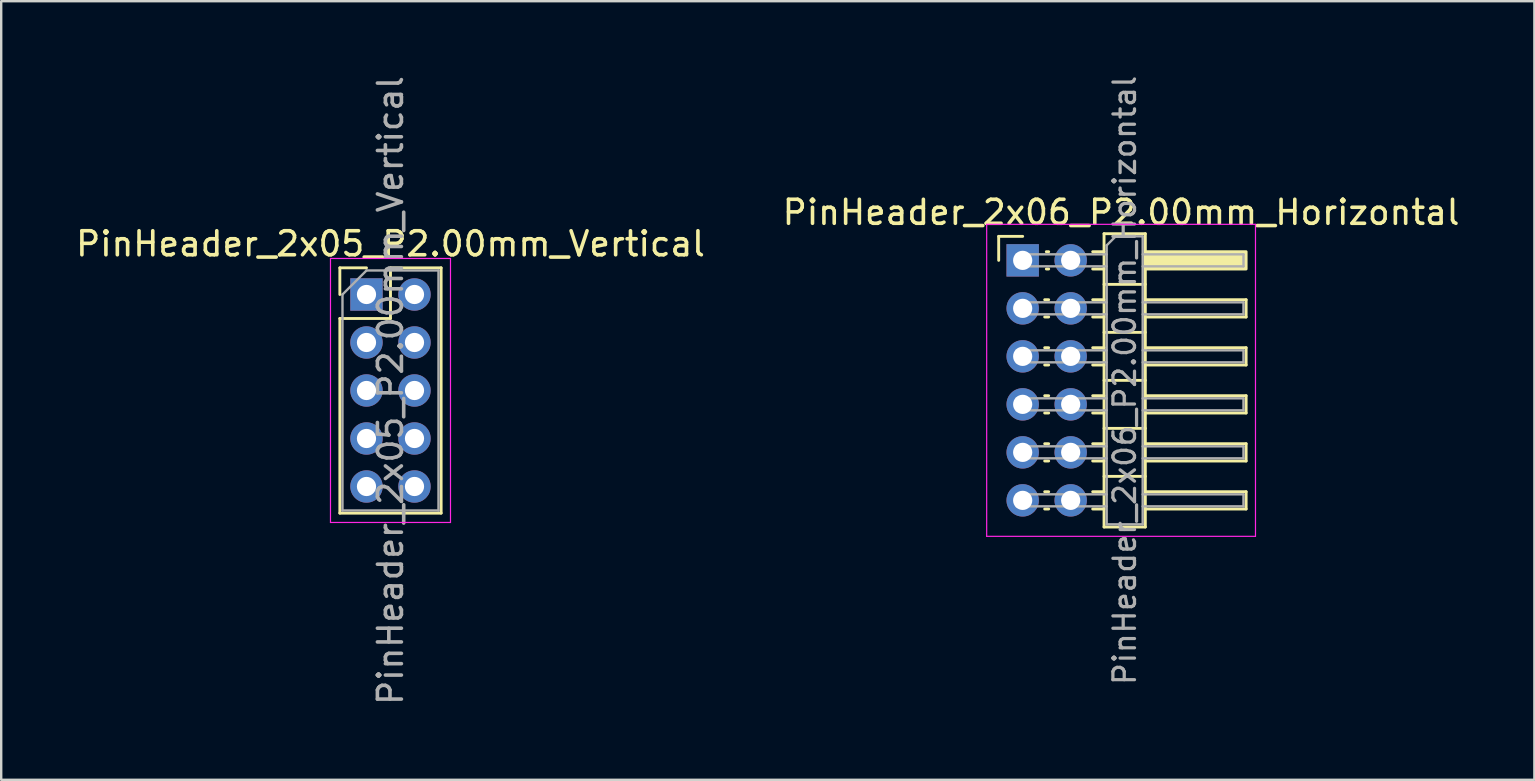
<source format=kicad_pcb>
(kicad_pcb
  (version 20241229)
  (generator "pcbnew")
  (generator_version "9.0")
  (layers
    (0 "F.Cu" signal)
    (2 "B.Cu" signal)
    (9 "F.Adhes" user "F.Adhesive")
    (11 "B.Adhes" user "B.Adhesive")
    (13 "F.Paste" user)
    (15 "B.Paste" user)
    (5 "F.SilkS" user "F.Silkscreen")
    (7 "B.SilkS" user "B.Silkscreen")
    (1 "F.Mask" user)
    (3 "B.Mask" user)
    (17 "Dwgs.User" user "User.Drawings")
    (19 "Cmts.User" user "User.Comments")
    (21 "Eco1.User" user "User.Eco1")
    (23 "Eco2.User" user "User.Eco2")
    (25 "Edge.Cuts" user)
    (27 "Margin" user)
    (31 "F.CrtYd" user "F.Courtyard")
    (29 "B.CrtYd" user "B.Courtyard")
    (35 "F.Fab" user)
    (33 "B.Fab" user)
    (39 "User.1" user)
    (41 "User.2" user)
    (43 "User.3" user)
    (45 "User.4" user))
  (footprint "PinHeader_2x05_P2.00mm_Vertical"
    (layer "F.Cu")
    (at 12.22 9.22)
    (property "Reference" "PinHeader_2x05_P2.00mm_Vertical" (at 1 -2.11 0) (layer "F.SilkS") (effects (font (size 1 1) (thickness 0.15))))
    (attr through_hole)
    (fp_line (start -1.11 -1.11) (end 0 -1.11) (stroke (width 0.12) (type solid)) (layer "F.SilkS"))
    (fp_line (start -1.11 0) (end -1.11 -1.11) (stroke (width 0.12) (type solid)) (layer "F.SilkS"))
    (fp_line (start -1.11 1) (end -1.11 9.11) (stroke (width 0.12) (type solid)) (layer "F.SilkS"))
    (fp_line (start -1.11 1) (end 1 1) (stroke (width 0.12) (type solid)) (layer "F.SilkS"))
    (fp_line (start -1.11 9.11) (end 3.11 9.11) (stroke (width 0.12) (type solid)) (layer "F.SilkS"))
    (fp_line (start 1 -1.11) (end 3.11 -1.11) (stroke (width 0.12) (type solid)) (layer "F.SilkS"))
    (fp_line (start 1 1) (end 1 -1.11) (stroke (width 0.12) (type solid)) (layer "F.SilkS"))
    (fp_line (start 3.11 -1.11) (end 3.11 9.11) (stroke (width 0.12) (type solid)) (layer "F.SilkS"))
    (fp_line (start -1.5 -1.5) (end -1.5 9.5) (stroke (width 0.05) (type solid)) (layer "F.CrtYd"))
    (fp_line (start -1.5 9.5) (end 3.5 9.5) (stroke (width 0.05) (type solid)) (layer "F.CrtYd"))
    (fp_line (start 3.5 -1.5) (end -1.5 -1.5) (stroke (width 0.05) (type solid)) (layer "F.CrtYd"))
    (fp_line (start 3.5 9.5) (end 3.5 -1.5) (stroke (width 0.05) (type solid)) (layer "F.CrtYd"))
    (fp_line (start -1 0) (end 0 -1) (stroke (width 0.1) (type solid)) (layer "F.Fab"))
    (fp_line (start -1 9) (end -1 0) (stroke (width 0.1) (type solid)) (layer "F.Fab"))
    (fp_line (start 0 -1) (end 3 -1) (stroke (width 0.1) (type solid)) (layer "F.Fab"))
    (fp_line (start 3 -1) (end 3 9) (stroke (width 0.1) (type solid)) (layer "F.Fab"))
    (fp_line (start 3 9) (end -1 9) (stroke (width 0.1) (type solid)) (layer "F.Fab"))
    (fp_text user "${REFERENCE}" (at 1 4 90) (layer "F.Fab") (effects (font (size 1 1) (thickness 0.15))))
    (pad "1" thru_hole rect (at 0 0) (size 1.35 1.35) (drill 0.8) (layers "*.Cu" "*.Mask"))
    (pad "2" thru_hole circle (at 2 0) (size 1.35 1.35) (drill 0.8) (layers "*.Cu" "*.Mask"))
    (pad "3" thru_hole circle (at 0 2) (size 1.35 1.35) (drill 0.8) (layers "*.Cu" "*.Mask"))
    (pad "4" thru_hole circle (at 2 2) (size 1.35 1.35) (drill 0.8) (layers "*.Cu" "*.Mask"))
    (pad "5" thru_hole circle (at 0 4) (size 1.35 1.35) (drill 0.8) (layers "*.Cu" "*.Mask"))
    (pad "6" thru_hole circle (at 2 4) (size 1.35 1.35) (drill 0.8) (layers "*.Cu" "*.Mask"))
    (pad "7" thru_hole circle (at 0 6) (size 1.35 1.35) (drill 0.8) (layers "*.Cu" "*.Mask"))
    (pad "8" thru_hole circle (at 2 6) (size 1.35 1.35) (drill 0.8) (layers "*.Cu" "*.Mask"))
    (pad "9" thru_hole circle (at 0 8) (size 1.35 1.35) (drill 0.8) (layers "*.Cu" "*.Mask"))
    (pad "10" thru_hole circle (at 2 8) (size 1.35 1.35) (drill 0.8) (layers "*.Cu" "*.Mask")))
  (footprint "PinHeader_2x06_P2.00mm_Horizontal"
    (layer "F.Cu")
    (at 39.561 7.798)
    (property "Reference" "PinHeader_2x06_P2.00mm_Horizontal" (at 4.1 -2 0) (layer "F.SilkS") (effects (font (size 1 1) (thickness 0.15))))
    (attr through_hole)
    (fp_line (start -1 -1) (end 0 -1) (stroke (width 0.12) (type solid)) (layer "F.SilkS"))
    (fp_line (start -1 0) (end -1 -1) (stroke (width 0.12) (type solid)) (layer "F.SilkS"))
    (fp_line (start 0.917 1.64) (end 1.083 1.64) (stroke (width 0.12) (type solid)) (layer "F.SilkS"))
    (fp_line (start 0.917 2.36) (end 1.083 2.36) (stroke (width 0.12) (type solid)) (layer "F.SilkS"))
    (fp_line (start 0.917 3.64) (end 1.083 3.64) (stroke (width 0.12) (type solid)) (layer "F.SilkS"))
    (fp_line (start 0.917 4.36) (end 1.083 4.36) (stroke (width 0.12) (type solid)) (layer "F.SilkS"))
    (fp_line (start 0.917 5.64) (end 1.083 5.64) (stroke (width 0.12) (type solid)) (layer "F.SilkS"))
    (fp_line (start 0.917 6.36) (end 1.083 6.36) (stroke (width 0.12) (type solid)) (layer "F.SilkS"))
    (fp_line (start 0.917 7.64) (end 1.083 7.64) (stroke (width 0.12) (type solid)) (layer "F.SilkS"))
    (fp_line (start 0.917 8.36) (end 1.083 8.36) (stroke (width 0.12) (type solid)) (layer "F.SilkS"))
    (fp_line (start 0.917 9.64) (end 1.083 9.64) (stroke (width 0.12) (type solid)) (layer "F.SilkS"))
    (fp_line (start 0.917 10.36) (end 1.083 10.36) (stroke (width 0.12) (type solid)) (layer "F.SilkS"))
    (fp_line (start 0.985 -0.36) (end 1.083 -0.36) (stroke (width 0.12) (type solid)) (layer "F.SilkS"))
    (fp_line (start 0.985 0.36) (end 1.083 0.36) (stroke (width 0.12) (type solid)) (layer "F.SilkS"))
    (fp_line (start 2.917 -0.36) (end 3.39 -0.36) (stroke (width 0.12) (type solid)) (layer "F.SilkS"))
    (fp_line (start 2.917 0.36) (end 3.39 0.36) (stroke (width 0.12) (type solid)) (layer "F.SilkS"))
    (fp_line (start 2.917 1.64) (end 3.39 1.64) (stroke (width 0.12) (type solid)) (layer "F.SilkS"))
    (fp_line (start 2.917 2.36) (end 3.39 2.36) (stroke (width 0.12) (type solid)) (layer "F.SilkS"))
    (fp_line (start 2.917 3.64) (end 3.39 3.64) (stroke (width 0.12) (type solid)) (layer "F.SilkS"))
    (fp_line (start 2.917 4.36) (end 3.39 4.36) (stroke (width 0.12) (type solid)) (layer "F.SilkS"))
    (fp_line (start 2.917 5.64) (end 3.39 5.64) (stroke (width 0.12) (type solid)) (layer "F.SilkS"))
    (fp_line (start 2.917 6.36) (end 3.39 6.36) (stroke (width 0.12) (type solid)) (layer "F.SilkS"))
    (fp_line (start 2.917 7.64) (end 3.39 7.64) (stroke (width 0.12) (type solid)) (layer "F.SilkS"))
    (fp_line (start 2.917 8.36) (end 3.39 8.36) (stroke (width 0.12) (type solid)) (layer "F.SilkS"))
    (fp_line (start 2.917 9.64) (end 3.39 9.64) (stroke (width 0.12) (type solid)) (layer "F.SilkS"))
    (fp_line (start 2.917 10.36) (end 3.39 10.36) (stroke (width 0.12) (type solid)) (layer "F.SilkS"))
    (fp_line (start 3.39 -1.11) (end 3.39 11.11) (stroke (width 0.12) (type solid)) (layer "F.SilkS"))
    (fp_line (start 3.39 1) (end 5.11 1) (stroke (width 0.12) (type solid)) (layer "F.SilkS"))
    (fp_line (start 3.39 3) (end 5.11 3) (stroke (width 0.12) (type solid)) (layer "F.SilkS"))
    (fp_line (start 3.39 5) (end 5.11 5) (stroke (width 0.12) (type solid)) (layer "F.SilkS"))
    (fp_line (start 3.39 7) (end 5.11 7) (stroke (width 0.12) (type solid)) (layer "F.SilkS"))
    (fp_line (start 3.39 9) (end 5.11 9) (stroke (width 0.12) (type solid)) (layer "F.SilkS"))
    (fp_line (start 3.39 11.11) (end 5.11 11.11) (stroke (width 0.12) (type solid)) (layer "F.SilkS"))
    (fp_line (start 5.11 -1.11) (end 3.39 -1.11) (stroke (width 0.12) (type solid)) (layer "F.SilkS"))
    (fp_line (start 5.11 1.64) (end 9.31 1.64) (stroke (width 0.12) (type solid)) (layer "F.SilkS"))
    (fp_line (start 5.11 3.64) (end 9.31 3.64) (stroke (width 0.12) (type solid)) (layer "F.SilkS"))
    (fp_line (start 5.11 5.64) (end 9.31 5.64) (stroke (width 0.12) (type solid)) (layer "F.SilkS"))
    (fp_line (start 5.11 7.64) (end 9.31 7.64) (stroke (width 0.12) (type solid)) (layer "F.SilkS"))
    (fp_line (start 5.11 9.64) (end 9.31 9.64) (stroke (width 0.12) (type solid)) (layer "F.SilkS"))
    (fp_line (start 5.11 11.11) (end 5.11 -1.11) (stroke (width 0.12) (type solid)) (layer "F.SilkS"))
    (fp_line (start 9.31 1.64) (end 9.31 2.36) (stroke (width 0.12) (type solid)) (layer "F.SilkS"))
    (fp_line (start 9.31 2.36) (end 5.11 2.36) (stroke (width 0.12) (type solid)) (layer "F.SilkS"))
    (fp_line (start 9.31 3.64) (end 9.31 4.36) (stroke (width 0.12) (type solid)) (layer "F.SilkS"))
    (fp_line (start 9.31 4.36) (end 5.11 4.36) (stroke (width 0.12) (type solid)) (layer "F.SilkS"))
    (fp_line (start 9.31 5.64) (end 9.31 6.36) (stroke (width 0.12) (type solid)) (layer "F.SilkS"))
    (fp_line (start 9.31 6.36) (end 5.11 6.36) (stroke (width 0.12) (type solid)) (layer "F.SilkS"))
    (fp_line (start 9.31 7.64) (end 9.31 8.36) (stroke (width 0.12) (type solid)) (layer "F.SilkS"))
    (fp_line (start 9.31 8.36) (end 5.11 8.36) (stroke (width 0.12) (type solid)) (layer "F.SilkS"))
    (fp_line (start 9.31 9.64) (end 9.31 10.36) (stroke (width 0.12) (type solid)) (layer "F.SilkS"))
    (fp_line (start 9.31 10.36) (end 5.11 10.36) (stroke (width 0.12) (type solid)) (layer "F.SilkS"))
    (fp_rect (start 5.11 -0.36) (end 9.31 0.36) (stroke (width 0.12) (type solid)) (fill yes) (layer "F.SilkS"))
    (fp_line (start -1.5 -1.5) (end -1.5 11.5) (stroke (width 0.05) (type solid)) (layer "F.CrtYd"))
    (fp_line (start -1.5 11.5) (end 9.7 11.5) (stroke (width 0.05) (type solid)) (layer "F.CrtYd"))
    (fp_line (start 9.7 -1.5) (end -1.5 -1.5) (stroke (width 0.05) (type solid)) (layer "F.CrtYd"))
    (fp_line (start 9.7 11.5) (end 9.7 -1.5) (stroke (width 0.05) (type solid)) (layer "F.CrtYd"))
    (fp_line (start -0.25 -0.25) (end -0.25 0.25) (stroke (width 0.1) (type solid)) (layer "F.Fab"))
    (fp_line (start -0.25 -0.25) (end 3.5 -0.25) (stroke (width 0.1) (type solid)) (layer "F.Fab"))
    (fp_line (start -0.25 0.25) (end 3.5 0.25) (stroke (width 0.1) (type solid)) (layer "F.Fab"))
    (fp_line (start -0.25 1.75) (end -0.25 2.25) (stroke (width 0.1) (type solid)) (layer "F.Fab"))
    (fp_line (start -0.25 1.75) (end 3.5 1.75) (stroke (width 0.1) (type solid)) (layer "F.Fab"))
    (fp_line (start -0.25 2.25) (end 3.5 2.25) (stroke (width 0.1) (type solid)) (layer "F.Fab"))
    (fp_line (start -0.25 3.75) (end -0.25 4.25) (stroke (width 0.1) (type solid)) (layer "F.Fab"))
    (fp_line (start -0.25 3.75) (end 3.5 3.75) (stroke (width 0.1) (type solid)) (layer "F.Fab"))
    (fp_line (start -0.25 4.25) (end 3.5 4.25) (stroke (width 0.1) (type solid)) (layer "F.Fab"))
    (fp_line (start -0.25 5.75) (end -0.25 6.25) (stroke (width 0.1) (type solid)) (layer "F.Fab"))
    (fp_line (start -0.25 5.75) (end 3.5 5.75) (stroke (width 0.1) (type solid)) (layer "F.Fab"))
    (fp_line (start -0.25 6.25) (end 3.5 6.25) (stroke (width 0.1) (type solid)) (layer "F.Fab"))
    (fp_line (start -0.25 7.75) (end -0.25 8.25) (stroke (width 0.1) (type solid)) (layer "F.Fab"))
    (fp_line (start -0.25 7.75) (end 3.5 7.75) (stroke (width 0.1) (type solid)) (layer "F.Fab"))
    (fp_line (start -0.25 8.25) (end 3.5 8.25) (stroke (width 0.1) (type solid)) (layer "F.Fab"))
    (fp_line (start -0.25 9.75) (end -0.25 10.25) (stroke (width 0.1) (type solid)) (layer "F.Fab"))
    (fp_line (start -0.25 9.75) (end 3.5 9.75) (stroke (width 0.1) (type solid)) (layer "F.Fab"))
    (fp_line (start -0.25 10.25) (end 3.5 10.25) (stroke (width 0.1) (type solid)) (layer "F.Fab"))
    (fp_line (start 3.5 -0.625) (end 3.875 -1) (stroke (width 0.1) (type solid)) (layer "F.Fab"))
    (fp_line (start 3.5 11) (end 3.5 -0.625) (stroke (width 0.1) (type solid)) (layer "F.Fab"))
    (fp_line (start 3.875 -1) (end 5 -1) (stroke (width 0.1) (type solid)) (layer "F.Fab"))
    (fp_line (start 5 -1) (end 5 11) (stroke (width 0.1) (type solid)) (layer "F.Fab"))
    (fp_line (start 5 -0.25) (end 9.2 -0.25) (stroke (width 0.1) (type solid)) (layer "F.Fab"))
    (fp_line (start 5 0.25) (end 9.2 0.25) (stroke (width 0.1) (type solid)) (layer "F.Fab"))
    (fp_line (start 5 1.75) (end 9.2 1.75) (stroke (width 0.1) (type solid)) (layer "F.Fab"))
    (fp_line (start 5 2.25) (end 9.2 2.25) (stroke (width 0.1) (type solid)) (layer "F.Fab"))
    (fp_line (start 5 3.75) (end 9.2 3.75) (stroke (width 0.1) (type solid)) (layer "F.Fab"))
    (fp_line (start 5 4.25) (end 9.2 4.25) (stroke (width 0.1) (type solid)) (layer "F.Fab"))
    (fp_line (start 5 5.75) (end 9.2 5.75) (stroke (width 0.1) (type solid)) (layer "F.Fab"))
    (fp_line (start 5 6.25) (end 9.2 6.25) (stroke (width 0.1) (type solid)) (layer "F.Fab"))
    (fp_line (start 5 7.75) (end 9.2 7.75) (stroke (width 0.1) (type solid)) (layer "F.Fab"))
    (fp_line (start 5 8.25) (end 9.2 8.25) (stroke (width 0.1) (type solid)) (layer "F.Fab"))
    (fp_line (start 5 9.75) (end 9.2 9.75) (stroke (width 0.1) (type solid)) (layer "F.Fab"))
    (fp_line (start 5 10.25) (end 9.2 10.25) (stroke (width 0.1) (type solid)) (layer "F.Fab"))
    (fp_line (start 5 11) (end 3.5 11) (stroke (width 0.1) (type solid)) (layer "F.Fab"))
    (fp_line (start 9.2 -0.25) (end 9.2 0.25) (stroke (width 0.1) (type solid)) (layer "F.Fab"))
    (fp_line (start 9.2 1.75) (end 9.2 2.25) (stroke (width 0.1) (type solid)) (layer "F.Fab"))
    (fp_line (start 9.2 3.75) (end 9.2 4.25) (stroke (width 0.1) (type solid)) (layer "F.Fab"))
    (fp_line (start 9.2 5.75) (end 9.2 6.25) (stroke (width 0.1) (type solid)) (layer "F.Fab"))
    (fp_line (start 9.2 7.75) (end 9.2 8.25) (stroke (width 0.1) (type solid)) (layer "F.Fab"))
    (fp_line (start 9.2 9.75) (end 9.2 10.25) (stroke (width 0.1) (type solid)) (layer "F.Fab"))
    (fp_text user "${REFERENCE}" (at 4.25 5 90) (layer "F.Fab") (effects (font (size 0.9 0.9) (thickness 0.135))))
    (pad "1" thru_hole rect (at 0 0) (size 1.35 1.35) (drill 0.8) (layers "*.Cu" "*.Mask"))
    (pad "2" thru_hole circle (at 2 0) (size 1.35 1.35) (drill 0.8) (layers "*.Cu" "*.Mask"))
    (pad "3" thru_hole circle (at 0 2) (size 1.35 1.35) (drill 0.8) (layers "*.Cu" "*.Mask"))
    (pad "4" thru_hole circle (at 2 2) (size 1.35 1.35) (drill 0.8) (layers "*.Cu" "*.Mask"))
    (pad "5" thru_hole circle (at 0 4) (size 1.35 1.35) (drill 0.8) (layers "*.Cu" "*.Mask"))
    (pad "6" thru_hole circle (at 2 4) (size 1.35 1.35) (drill 0.8) (layers "*.Cu" "*.Mask"))
    (pad "7" thru_hole circle (at 0 6) (size 1.35 1.35) (drill 0.8) (layers "*.Cu" "*.Mask"))
    (pad "8" thru_hole circle (at 2 6) (size 1.35 1.35) (drill 0.8) (layers "*.Cu" "*.Mask"))
    (pad "9" thru_hole circle (at 0 8) (size 1.35 1.35) (drill 0.8) (layers "*.Cu" "*.Mask"))
    (pad "10" thru_hole circle (at 2 8) (size 1.35 1.35) (drill 0.8) (layers "*.Cu" "*.Mask"))
    (pad "11" thru_hole circle (at 0 10) (size 1.35 1.35) (drill 0.8) (layers "*.Cu" "*.Mask"))
    (pad "12" thru_hole circle (at 2 10) (size 1.35 1.35) (drill 0.8) (layers "*.Cu" "*.Mask")))
  (gr_rect
    (start -3 -3)
    (end 60.881 29.44)
    (stroke (width 0.1) (type default))
    (fill no)
    (layer "Edge.Cuts")))
</source>
